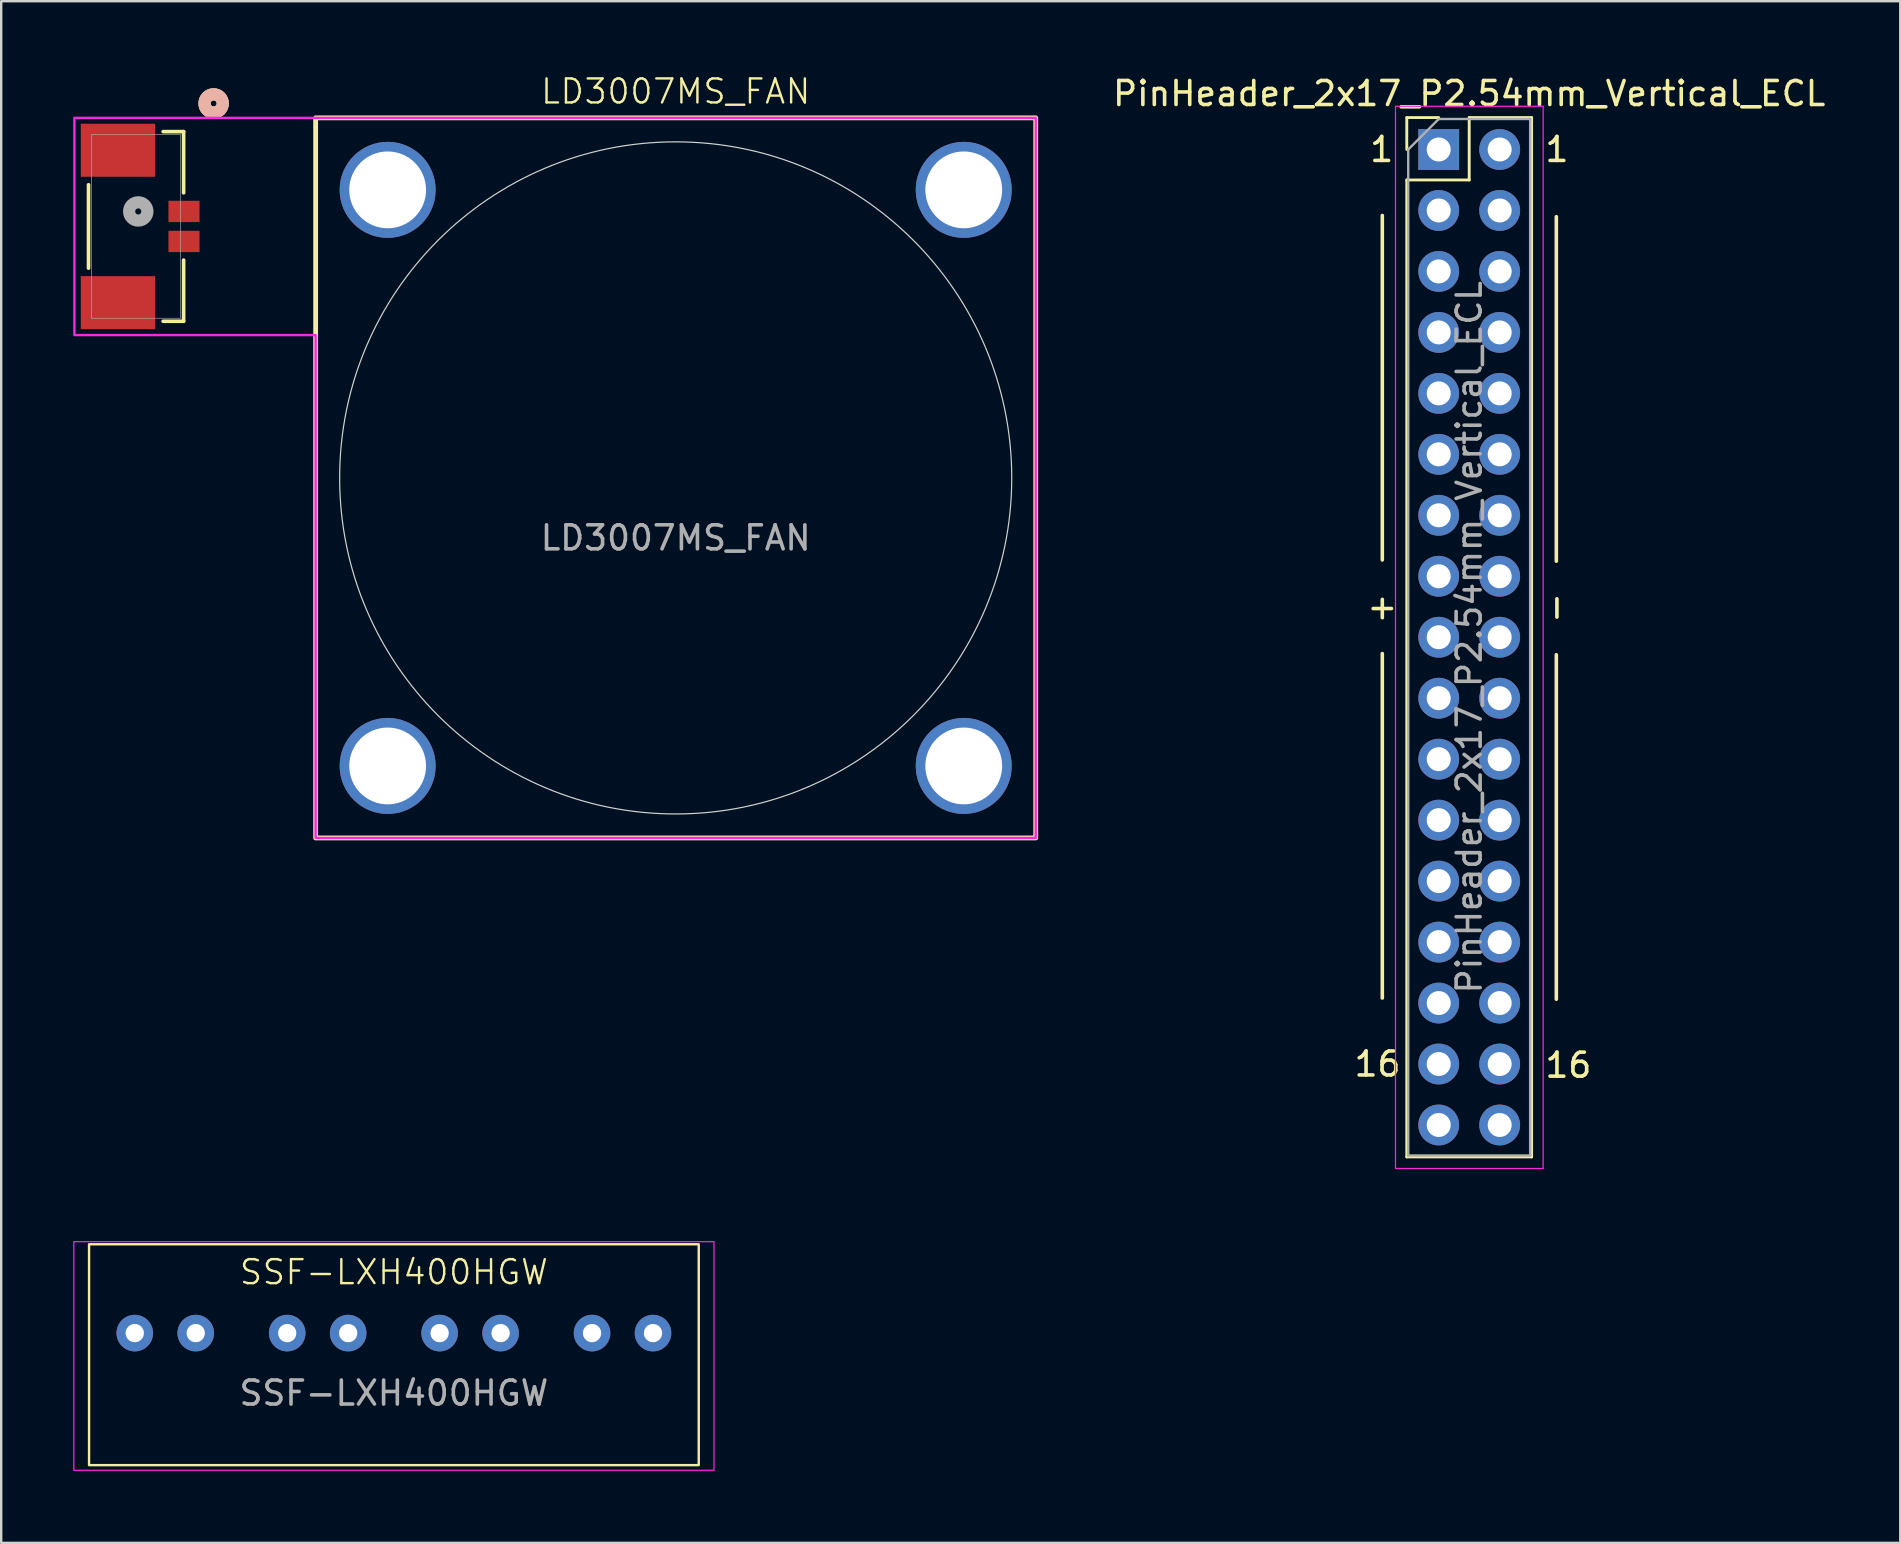
<source format=kicad_pcb>
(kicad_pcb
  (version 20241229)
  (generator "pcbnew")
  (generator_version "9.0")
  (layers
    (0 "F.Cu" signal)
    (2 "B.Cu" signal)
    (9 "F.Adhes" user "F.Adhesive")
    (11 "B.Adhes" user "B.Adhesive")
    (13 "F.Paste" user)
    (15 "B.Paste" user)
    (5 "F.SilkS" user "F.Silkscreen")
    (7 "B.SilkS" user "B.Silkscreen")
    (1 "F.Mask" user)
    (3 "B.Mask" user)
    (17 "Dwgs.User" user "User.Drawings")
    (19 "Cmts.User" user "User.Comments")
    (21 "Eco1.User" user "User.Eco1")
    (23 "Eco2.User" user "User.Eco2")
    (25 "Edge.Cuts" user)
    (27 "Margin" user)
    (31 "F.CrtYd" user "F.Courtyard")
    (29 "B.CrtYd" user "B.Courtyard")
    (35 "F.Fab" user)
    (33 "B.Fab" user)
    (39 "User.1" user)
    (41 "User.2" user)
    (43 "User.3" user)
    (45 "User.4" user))
  (footprint "LD3007MS_FAN"
    (layer "F.Cu")
    (at 25.1 16.86)
    (property "Reference" "LD3007MS_FAN" (at 0 -16.1 0) (unlocked yes) (layer "F.SilkS") (effects (font (size 1 1) (thickness 0.1))))
    (attr through_hole)
    (fp_line (start -24.462 -12.213) (end -24.462 -8.739) (stroke (width 0.152) (type solid)) (layer "F.SilkS"))
    (fp_line (start -21.353 -6.526) (end -20.5 -6.526) (stroke (width 0.152) (type solid)) (layer "F.SilkS"))
    (fp_line (start -20.5 -14.426) (end -21.353 -14.426) (stroke (width 0.152) (type solid)) (layer "F.SilkS"))
    (fp_line (start -20.5 -11.878) (end -20.5 -14.426) (stroke (width 0.152) (type solid)) (layer "F.SilkS"))
    (fp_line (start -20.5 -6.526) (end -20.5 -9.074) (stroke (width 0.152) (type solid)) (layer "F.SilkS"))
    (fp_rect (start -15 -15) (end 15 15) (stroke (width 0.2) (type default)) (fill no) (layer "F.SilkS"))
    (fp_circle (center -19.25 -15.6) (end -19.25 -15.981) (stroke (width 0.508) (type solid)) (fill no) (layer "F.SilkS"))
    (fp_circle (center -19.25 -15.6) (end -19.25 -15.981) (stroke (width 0.508) (type solid)) (fill no) (layer "B.SilkS"))
    (fp_circle (center 0 0) (end 14 0) (stroke (width 0.05) (type default)) (fill no) (layer "Edge.Cuts"))
    (fp_poly (pts (xy -25.05 -15) (xy 15 -15) (xy 15 15) (xy -15 15) (xy -15 -5.95) (xy -25.05 -5.95)) (stroke (width 0.1) (type solid)) (fill no) (layer "F.CrtYd"))
    (fp_line (start -24.335 -14.299) (end -24.335 -6.653) (stroke (width 0.025) (type solid)) (layer "F.Fab"))
    (fp_line (start -24.335 -6.653) (end -20.627 -6.653) (stroke (width 0.025) (type solid)) (layer "F.Fab"))
    (fp_line (start -20.627 -14.299) (end -24.335 -14.299) (stroke (width 0.025) (type solid)) (layer "F.Fab"))
    (fp_line (start -20.627 -6.653) (end -20.627 -14.299) (stroke (width 0.025) (type solid)) (layer "F.Fab"))
    (fp_circle (center -22.39 -11.101) (end -22.39 -11.482) (stroke (width 0.508) (type solid)) (fill no) (layer "F.Fab"))
    (fp_text user "${REFERENCE}" (at 0 2.5 0) (unlocked yes) (layer "F.Fab") (effects (font (size 1 1) (thickness 0.15))))
    (pad "1" smd rect (at -20.485 -11.101 90) (size 0.889 1.295) (layers "F.Cu" "F.Mask" "F.Paste"))
    (pad "2" smd rect (at -20.485 -9.851 90) (size 0.889 1.295) (layers "F.Cu" "F.Mask" "F.Paste"))
    (pad "3" smd rect (at -23.235 -13.651 90) (size 2.21 3.099) (layers "F.Cu" "F.Mask" "F.Paste"))
    (pad "3" smd rect (at -23.235 -7.301 90) (size 2.21 3.099) (layers "F.Cu" "F.Mask" "F.Paste"))
    (pad "3" thru_hole circle (at -12 -12) (size 4 4) (drill 3.2) (layers "*.Cu" "*.Mask"))
    (pad "3" thru_hole circle (at -12 12) (size 4 4) (drill 3.2) (layers "*.Cu" "*.Mask"))
    (pad "3" thru_hole circle (at 12 -12) (size 4 4) (drill 3.2) (layers "*.Cu" "*.Mask"))
    (pad "3" thru_hole circle (at 12 12) (size 4 4) (drill 3.2) (layers "*.Cu" "*.Mask")))
  (footprint "SSF-LXH400HGW"
    (layer "F.Cu")
    (at 13.36 52.488)
    (property "Reference" "SSF-LXH400HGW" (at 0 -2.54 0) (unlocked yes) (layer "F.SilkS") (effects (font (size 1 1) (thickness 0.1))))
    (attr through_hole)
    (fp_rect (start -12.7 -3.7) (end 12.7 5.5) (stroke (width 0.1) (type default)) (fill no) (layer "F.SilkS"))
    (fp_rect (start -13.335 -3.81) (end 13.335 5.715) (stroke (width 0.05) (type default)) (fill no) (layer "F.CrtYd"))
    (fp_text user "${REFERENCE}" (at 0 2.5 0) (unlocked yes) (layer "F.Fab") (effects (font (size 1 1) (thickness 0.15))))
    (pad "1" thru_hole circle (at -10.795 0) (size 1.524 1.524) (drill 0.762) (layers "*.Cu" "*.Mask"))
    (pad "2" thru_hole circle (at -8.255 0) (size 1.524 1.524) (drill 0.762) (layers "*.Cu" "*.Mask"))
    (pad "3" thru_hole circle (at -4.445 0) (size 1.524 1.524) (drill 0.762) (layers "*.Cu" "*.Mask"))
    (pad "4" thru_hole circle (at -1.905 0) (size 1.524 1.524) (drill 0.762) (layers "*.Cu" "*.Mask"))
    (pad "5" thru_hole circle (at 1.905 0) (size 1.524 1.524) (drill 0.762) (layers "*.Cu" "*.Mask"))
    (pad "6" thru_hole circle (at 4.445 0) (size 1.524 1.524) (drill 0.762) (layers "*.Cu" "*.Mask"))
    (pad "7" thru_hole circle (at 8.255 0) (size 1.524 1.524) (drill 0.762) (layers "*.Cu" "*.Mask"))
    (pad "8" thru_hole circle (at 10.795 0) (size 1.524 1.524) (drill 0.762) (layers "*.Cu" "*.Mask")))
  (footprint "PinHeader_2x17_P2.54mm_Vertical_ECL"
    (layer "F.Cu")
    (at 56.888 3.178)
    (property "Reference" "PinHeader_2x17_P2.54mm_Vertical_ECL" (at 1.27 -2.33 0) (layer "F.SilkS") (effects (font (size 1 1) (thickness 0.15))))
    (attr through_hole)
    (fp_line (start -2.35 2.75) (end -2.35 17.1) (stroke (width 0.15) (type default)) (layer "F.SilkS"))
    (fp_line (start -2.35 21) (end -2.35 35.35) (stroke (width 0.15) (type default)) (layer "F.SilkS"))
    (fp_line (start -1.33 -1.33) (end 0 -1.33) (stroke (width 0.12) (type solid)) (layer "F.SilkS"))
    (fp_line (start -1.33 0) (end -1.33 -1.33) (stroke (width 0.12) (type solid)) (layer "F.SilkS"))
    (fp_line (start -1.33 1.27) (end -1.33 41.97) (stroke (width 0.12) (type solid)) (layer "F.SilkS"))
    (fp_line (start -1.33 1.27) (end 1.27 1.27) (stroke (width 0.12) (type solid)) (layer "F.SilkS"))
    (fp_line (start -1.33 41.97) (end 3.87 41.97) (stroke (width 0.12) (type solid)) (layer "F.SilkS"))
    (fp_line (start 1.27 -1.33) (end 3.87 -1.33) (stroke (width 0.12) (type solid)) (layer "F.SilkS"))
    (fp_line (start 1.27 1.27) (end 1.27 -1.33) (stroke (width 0.12) (type solid)) (layer "F.SilkS"))
    (fp_line (start 3.87 -1.33) (end 3.87 41.97) (stroke (width 0.12) (type solid)) (layer "F.SilkS"))
    (fp_line (start 4.9 2.8) (end 4.9 17.15) (stroke (width 0.15) (type default)) (layer "F.SilkS"))
    (fp_line (start 4.9 21.05) (end 4.9 35.4) (stroke (width 0.15) (type default)) (layer "F.SilkS"))
    (fp_line (start -1.8 -1.8) (end -1.8 42.45) (stroke (width 0.05) (type solid)) (layer "F.CrtYd"))
    (fp_line (start -1.8 42.45) (end 4.35 42.45) (stroke (width 0.05) (type solid)) (layer "F.CrtYd"))
    (fp_line (start 4.35 -1.8) (end -1.8 -1.8) (stroke (width 0.05) (type solid)) (layer "F.CrtYd"))
    (fp_line (start 4.35 42.45) (end 4.35 -1.8) (stroke (width 0.05) (type solid)) (layer "F.CrtYd"))
    (fp_line (start -1.27 0) (end 0 -1.27) (stroke (width 0.1) (type solid)) (layer "F.Fab"))
    (fp_line (start -1.27 41.91) (end -1.27 0) (stroke (width 0.1) (type solid)) (layer "F.Fab"))
    (fp_line (start 0 -1.27) (end 3.81 -1.27) (stroke (width 0.1) (type solid)) (layer "F.Fab"))
    (fp_line (start 3.81 -1.27) (end 3.81 41.91) (stroke (width 0.1) (type solid)) (layer "F.Fab"))
    (fp_line (start 3.81 41.91) (end -1.27 41.91) (stroke (width 0.1) (type solid)) (layer "F.Fab"))
    (fp_text user "16" (at 4.35 38.15 0) (unlocked yes) (layer "F.SilkS") (effects (font (size 1 1) (thickness 0.15)) (justify left)))
    (fp_text user "-" (at 4.85 19.1 90) (unlocked yes) (layer "F.SilkS") (effects (font (size 1 1) (thickness 0.15))))
    (fp_text user "+" (at -2.35 19.05 0) (unlocked yes) (layer "F.SilkS") (effects (font (size 1 1) (thickness 0.15))))
    (fp_text user "16" (at -1.5 38.1 0) (unlocked yes) (layer "F.SilkS") (effects (font (size 1 1) (thickness 0.15)) (justify right)))
    (fp_text user "1" (at 4.35 0 0) (unlocked yes) (layer "F.SilkS") (effects (font (size 1 1) (thickness 0.15)) (justify left)))
    (fp_text user "1" (at -1.8 0 0) (unlocked yes) (layer "F.SilkS") (effects (font (size 1 1) (thickness 0.15)) (justify right)))
    (fp_text user "${REFERENCE}" (at 1.27 20.32 270) (layer "F.Fab") (effects (font (size 1 1) (thickness 0.15))))
    (pad "1" thru_hole rect (at 0 0) (size 1.7 1.7) (drill 1) (layers "*.Cu" "*.Mask"))
    (pad "2" thru_hole oval (at 2.54 0) (size 1.7 1.7) (drill 1) (layers "*.Cu" "*.Mask"))
    (pad "3" thru_hole oval (at 0 2.54) (size 1.7 1.7) (drill 1) (layers "*.Cu" "*.Mask"))
    (pad "4" thru_hole oval (at 2.54 2.54) (size 1.7 1.7) (drill 1) (layers "*.Cu" "*.Mask"))
    (pad "5" thru_hole oval (at 0 5.08) (size 1.7 1.7) (drill 1) (layers "*.Cu" "*.Mask"))
    (pad "6" thru_hole oval (at 2.54 5.08) (size 1.7 1.7) (drill 1) (layers "*.Cu" "*.Mask"))
    (pad "7" thru_hole oval (at 0 7.62) (size 1.7 1.7) (drill 1) (layers "*.Cu" "*.Mask"))
    (pad "8" thru_hole oval (at 2.54 7.62) (size 1.7 1.7) (drill 1) (layers "*.Cu" "*.Mask"))
    (pad "9" thru_hole oval (at 0 10.16) (size 1.7 1.7) (drill 1) (layers "*.Cu" "*.Mask"))
    (pad "10" thru_hole oval (at 2.54 10.16) (size 1.7 1.7) (drill 1) (layers "*.Cu" "*.Mask"))
    (pad "11" thru_hole oval (at 0 12.7) (size 1.7 1.7) (drill 1) (layers "*.Cu" "*.Mask"))
    (pad "12" thru_hole oval (at 2.54 12.7) (size 1.7 1.7) (drill 1) (layers "*.Cu" "*.Mask"))
    (pad "13" thru_hole oval (at 0 15.24) (size 1.7 1.7) (drill 1) (layers "*.Cu" "*.Mask"))
    (pad "14" thru_hole oval (at 2.54 15.24) (size 1.7 1.7) (drill 1) (layers "*.Cu" "*.Mask"))
    (pad "15" thru_hole oval (at 0 17.78) (size 1.7 1.7) (drill 1) (layers "*.Cu" "*.Mask"))
    (pad "16" thru_hole oval (at 2.54 17.78) (size 1.7 1.7) (drill 1) (layers "*.Cu" "*.Mask"))
    (pad "17" thru_hole oval (at 0 20.32) (size 1.7 1.7) (drill 1) (layers "*.Cu" "*.Mask"))
    (pad "18" thru_hole oval (at 2.54 20.32) (size 1.7 1.7) (drill 1) (layers "*.Cu" "*.Mask"))
    (pad "19" thru_hole oval (at 0 22.86) (size 1.7 1.7) (drill 1) (layers "*.Cu" "*.Mask"))
    (pad "20" thru_hole oval (at 2.54 22.86) (size 1.7 1.7) (drill 1) (layers "*.Cu" "*.Mask"))
    (pad "21" thru_hole oval (at 0 25.4) (size 1.7 1.7) (drill 1) (layers "*.Cu" "*.Mask"))
    (pad "22" thru_hole oval (at 2.54 25.4) (size 1.7 1.7) (drill 1) (layers "*.Cu" "*.Mask"))
    (pad "23" thru_hole oval (at 0 27.94) (size 1.7 1.7) (drill 1) (layers "*.Cu" "*.Mask"))
    (pad "24" thru_hole oval (at 2.54 27.94) (size 1.7 1.7) (drill 1) (layers "*.Cu" "*.Mask"))
    (pad "25" thru_hole oval (at 0 30.48) (size 1.7 1.7) (drill 1) (layers "*.Cu" "*.Mask"))
    (pad "26" thru_hole oval (at 2.54 30.48) (size 1.7 1.7) (drill 1) (layers "*.Cu" "*.Mask"))
    (pad "27" thru_hole oval (at 0 33.02) (size 1.7 1.7) (drill 1) (layers "*.Cu" "*.Mask"))
    (pad "28" thru_hole oval (at 2.54 33.02) (size 1.7 1.7) (drill 1) (layers "*.Cu" "*.Mask"))
    (pad "29" thru_hole oval (at 0 35.56) (size 1.7 1.7) (drill 1) (layers "*.Cu" "*.Mask"))
    (pad "30" thru_hole oval (at 2.54 35.56) (size 1.7 1.7) (drill 1) (layers "*.Cu" "*.Mask"))
    (pad "31" thru_hole oval (at 0 38.1) (size 1.7 1.7) (drill 1) (layers "*.Cu" "*.Mask"))
    (pad "32" thru_hole oval (at 2.54 38.1) (size 1.7 1.7) (drill 1) (layers "*.Cu" "*.Mask"))
    (pad "33" thru_hole oval (at 0 40.64) (size 1.7 1.7) (drill 1) (layers "*.Cu" "*.Mask"))
    (pad "34" thru_hole oval (at 2.54 40.64) (size 1.7 1.7) (drill 1) (layers "*.Cu" "*.Mask")))
  (gr_rect
    (start -3 -3)
    (end 76.117 61.228)
    (stroke (width 0.1) (type default))
    (fill no)
    (layer "Edge.Cuts")))
</source>
